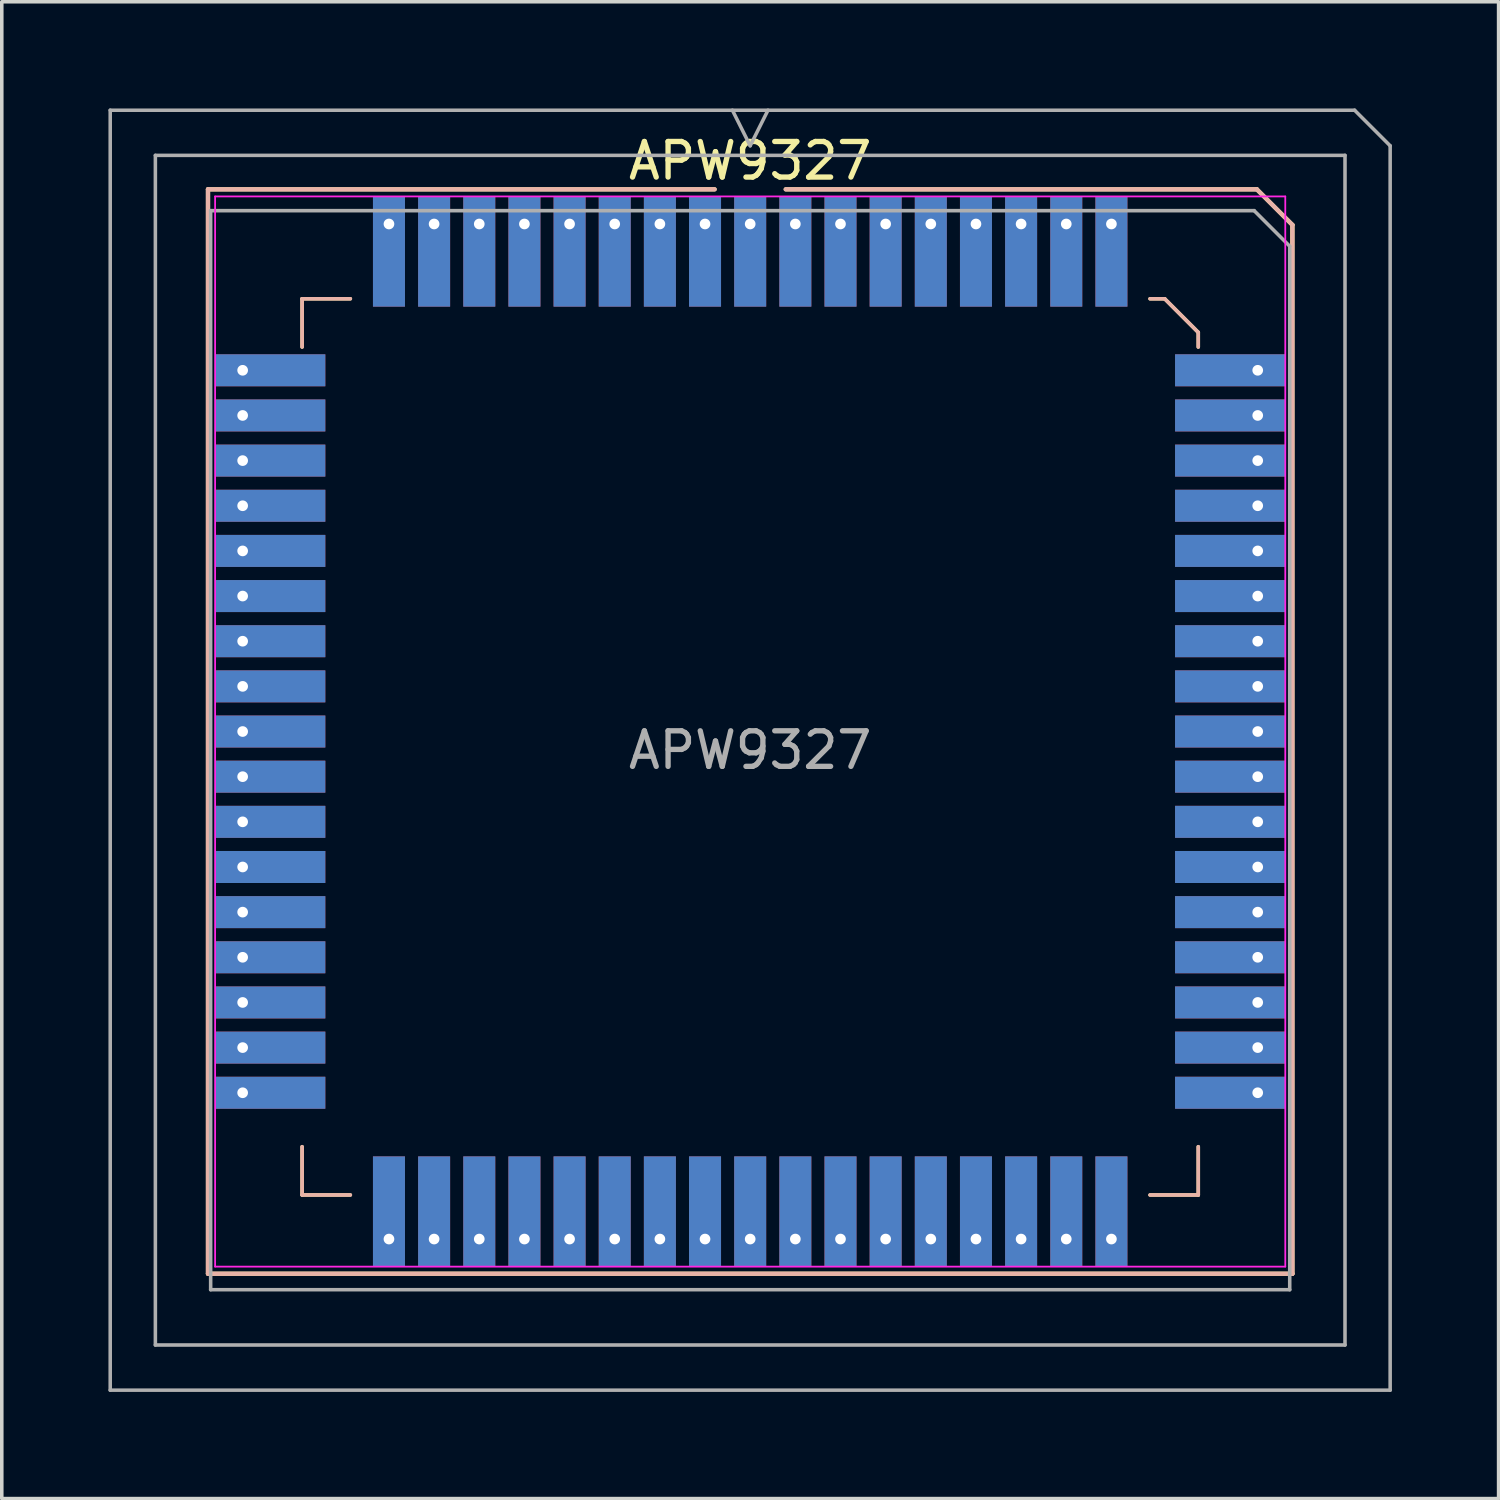
<source format=kicad_pcb>
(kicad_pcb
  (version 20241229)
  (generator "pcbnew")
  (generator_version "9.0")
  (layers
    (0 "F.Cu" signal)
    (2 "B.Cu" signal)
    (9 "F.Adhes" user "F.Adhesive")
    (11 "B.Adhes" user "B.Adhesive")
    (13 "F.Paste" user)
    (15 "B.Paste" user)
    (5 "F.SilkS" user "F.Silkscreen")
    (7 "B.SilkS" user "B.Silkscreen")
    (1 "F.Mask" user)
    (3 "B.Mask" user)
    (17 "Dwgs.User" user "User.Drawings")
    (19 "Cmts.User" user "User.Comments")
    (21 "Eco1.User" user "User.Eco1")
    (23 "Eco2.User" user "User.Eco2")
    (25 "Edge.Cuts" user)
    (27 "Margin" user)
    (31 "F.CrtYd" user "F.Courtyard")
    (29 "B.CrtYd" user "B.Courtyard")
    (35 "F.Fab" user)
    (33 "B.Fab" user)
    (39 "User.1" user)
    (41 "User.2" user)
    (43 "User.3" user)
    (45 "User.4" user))
  (footprint "APW9327"
    (layer "F.Cu")
    (at 18.05 17.525)
    (property "Reference" "APW9327" (at 0 -16.05 180) (layer "F.SilkS") (effects (font (size 1 1) (thickness 0.15))))
    (attr smd)
    (fp_line (start -15.25 -15.25) (end -1 -15.25) (stroke (width 0.12) (type solid)) (layer "F.SilkS"))
    (fp_line (start -15.25 15.25) (end -15.25 -15.25) (stroke (width 0.12) (type solid)) (layer "F.SilkS"))
    (fp_line (start -12.603 -12.172) (end -12.603 -10.815) (stroke (width 0.1) (type solid)) (layer "F.SilkS"))
    (fp_line (start -12.603 13.035) (end -12.603 11.678) (stroke (width 0.1) (type solid)) (layer "F.SilkS"))
    (fp_line (start -11.246 -12.172) (end -12.603 -12.172) (stroke (width 0.1) (type solid)) (layer "F.SilkS"))
    (fp_line (start -11.246 13.035) (end -12.603 13.035) (stroke (width 0.1) (type solid)) (layer "F.SilkS"))
    (fp_line (start 1 -15.25) (end 14.25 -15.25) (stroke (width 0.12) (type solid)) (layer "F.SilkS"))
    (fp_line (start 11.246 -12.172) (end 11.658 -12.172) (stroke (width 0.1) (type solid)) (layer "F.SilkS"))
    (fp_line (start 11.246 13.035) (end 12.603 13.035) (stroke (width 0.1) (type solid)) (layer "F.SilkS"))
    (fp_line (start 11.658 -12.172) (end 12.603 -11.226) (stroke (width 0.1) (type solid)) (layer "F.SilkS"))
    (fp_line (start 12.603 -11.226) (end 12.603 -10.815) (stroke (width 0.1) (type solid)) (layer "F.SilkS"))
    (fp_line (start 12.603 13.035) (end 12.603 11.678) (stroke (width 0.1) (type solid)) (layer "F.SilkS"))
    (fp_line (start 14.25 -15.25) (end 15.25 -14.25) (stroke (width 0.12) (type solid)) (layer "F.SilkS"))
    (fp_line (start 15.25 -14.25) (end 15.25 15.25) (stroke (width 0.12) (type solid)) (layer "F.SilkS"))
    (fp_line (start 15.25 15.25) (end -15.25 15.25) (stroke (width 0.12) (type solid)) (layer "F.SilkS"))
    (fp_line (start -15.25 -15.25) (end -1 -15.25) (stroke (width 0.12) (type solid)) (layer "B.SilkS"))
    (fp_line (start -15.25 15.25) (end -15.25 -15.25) (stroke (width 0.12) (type solid)) (layer "B.SilkS"))
    (fp_line (start -12.603 -12.172) (end -12.603 -10.815) (stroke (width 0.1) (type solid)) (layer "B.SilkS"))
    (fp_line (start -12.603 13.035) (end -12.603 11.678) (stroke (width 0.1) (type solid)) (layer "B.SilkS"))
    (fp_line (start -11.246 -12.172) (end -12.603 -12.172) (stroke (width 0.1) (type solid)) (layer "B.SilkS"))
    (fp_line (start -11.246 13.035) (end -12.603 13.035) (stroke (width 0.1) (type solid)) (layer "B.SilkS"))
    (fp_line (start 1 -15.25) (end 14.25 -15.25) (stroke (width 0.12) (type solid)) (layer "B.SilkS"))
    (fp_line (start 11.246 -12.172) (end 11.658 -12.172) (stroke (width 0.1) (type solid)) (layer "B.SilkS"))
    (fp_line (start 11.246 13.035) (end 12.603 13.035) (stroke (width 0.1) (type solid)) (layer "B.SilkS"))
    (fp_line (start 11.658 -12.172) (end 12.603 -11.226) (stroke (width 0.1) (type solid)) (layer "B.SilkS"))
    (fp_line (start 12.603 -11.226) (end 12.603 -10.815) (stroke (width 0.1) (type solid)) (layer "B.SilkS"))
    (fp_line (start 12.603 13.035) (end 12.603 11.678) (stroke (width 0.1) (type solid)) (layer "B.SilkS"))
    (fp_line (start 14.25 -15.25) (end 15.25 -14.25) (stroke (width 0.12) (type solid)) (layer "B.SilkS"))
    (fp_line (start 15.25 -14.25) (end 15.25 15.25) (stroke (width 0.12) (type solid)) (layer "B.SilkS"))
    (fp_line (start 15.25 15.25) (end -15.25 15.25) (stroke (width 0.12) (type solid)) (layer "B.SilkS"))
    (fp_line (start -15.05 -15.05) (end 15.05 -15.05) (stroke (width 0.05) (type solid)) (layer "F.CrtYd"))
    (fp_line (start -15.05 15.05) (end -15.05 -15.05) (stroke (width 0.05) (type solid)) (layer "F.CrtYd"))
    (fp_line (start 15.05 -15.05) (end 15.05 15.05) (stroke (width 0.05) (type solid)) (layer "F.CrtYd"))
    (fp_line (start 15.05 15.05) (end -15.05 15.05) (stroke (width 0.05) (type solid)) (layer "F.CrtYd"))
    (fp_line (start -18 -17.475) (end 17 -17.475) (stroke (width 0.1) (type solid)) (layer "F.Fab"))
    (fp_line (start -18 18.525) (end -18 -17.475) (stroke (width 0.1) (type solid)) (layer "F.Fab"))
    (fp_line (start -16.73 -16.205) (end 16.73 -16.205) (stroke (width 0.1) (type solid)) (layer "F.Fab"))
    (fp_line (start -16.73 17.255) (end -16.73 -16.205) (stroke (width 0.1) (type solid)) (layer "F.Fab"))
    (fp_line (start -15.175 -14.65) (end 14.175 -14.65) (stroke (width 0.1) (type solid)) (layer "F.Fab"))
    (fp_line (start -15.175 15.7) (end -15.175 -14.65) (stroke (width 0.1) (type solid)) (layer "F.Fab"))
    (fp_line (start 0 -16.475) (end -0.5 -17.475) (stroke (width 0.1) (type solid)) (layer "F.Fab"))
    (fp_line (start 0.5 -17.475) (end 0 -16.475) (stroke (width 0.1) (type solid)) (layer "F.Fab"))
    (fp_line (start 14.175 -14.65) (end 15.175 -13.65) (stroke (width 0.1) (type solid)) (layer "F.Fab"))
    (fp_line (start 15.175 -13.65) (end 15.175 15.7) (stroke (width 0.1) (type solid)) (layer "F.Fab"))
    (fp_line (start 15.175 15.7) (end -15.175 15.7) (stroke (width 0.1) (type solid)) (layer "F.Fab"))
    (fp_line (start 16.73 -16.205) (end 16.73 17.255) (stroke (width 0.1) (type solid)) (layer "F.Fab"))
    (fp_line (start 16.73 17.255) (end -16.73 17.255) (stroke (width 0.1) (type solid)) (layer "F.Fab"))
    (fp_line (start 17 -17.475) (end 18 -16.475) (stroke (width 0.1) (type solid)) (layer "F.Fab"))
    (fp_line (start 18 -16.475) (end 18 18.525) (stroke (width 0.1) (type solid)) (layer "F.Fab"))
    (fp_line (start 18 18.525) (end -18 18.525) (stroke (width 0.1) (type solid)) (layer "F.Fab"))
    (fp_text user "${REFERENCE}" (at 0 0.525 180) (layer "F.Fab") (effects (font (size 1 1) (thickness 0.15))))
    (pad "1" thru_hole rect (at 0 -14.275) (size 0.9 3.1) (drill 0.3 (offset 0 0.775)) (layers "*.Cu" "*.Mask"))
    (pad "2" thru_hole rect (at 1.27 -14.275) (size 0.9 3.1) (drill 0.3 (offset 0 0.775)) (layers "*.Cu" "*.Mask"))
    (pad "3" thru_hole rect (at 2.54 -14.275) (size 0.9 3.1) (drill 0.3 (offset 0 0.775)) (layers "*.Cu" "*.Mask"))
    (pad "4" thru_hole rect (at 3.81 -14.275) (size 0.9 3.1) (drill 0.3 (offset 0 0.775)) (layers "*.Cu" "*.Mask"))
    (pad "5" thru_hole rect (at 5.08 -14.275) (size 0.9 3.1) (drill 0.3 (offset 0 0.775)) (layers "*.Cu" "*.Mask"))
    (pad "6" thru_hole rect (at 6.35 -14.275) (size 0.9 3.1) (drill 0.3 (offset 0 0.775)) (layers "*.Cu" "*.Mask"))
    (pad "7" thru_hole rect (at 7.62 -14.275) (size 0.9 3.1) (drill 0.3 (offset 0 0.775)) (layers "*.Cu" "*.Mask"))
    (pad "8" thru_hole rect (at 8.89 -14.275) (size 0.9 3.1) (drill 0.3 (offset 0 0.775)) (layers "*.Cu" "*.Mask"))
    (pad "9" thru_hole rect (at 10.16 -14.275) (size 0.9 3.1) (drill 0.3 (offset 0 0.775)) (layers "*.Cu" "*.Mask"))
    (pad "10" thru_hole rect (at 14.275 -10.16) (size 3.1 0.9) (drill 0.3 (offset -0.775 0)) (layers "*.Cu" "*.Mask"))
    (pad "11" thru_hole rect (at 14.275 -8.89) (size 3.1 0.9) (drill 0.3 (offset -0.775 0)) (layers "*.Cu" "*.Mask"))
    (pad "12" thru_hole rect (at 14.275 -7.62) (size 3.1 0.9) (drill 0.3 (offset -0.775 0)) (layers "*.Cu" "*.Mask"))
    (pad "13" thru_hole rect (at 14.275 -6.35) (size 3.1 0.9) (drill 0.3 (offset -0.775 0)) (layers "*.Cu" "*.Mask"))
    (pad "14" thru_hole rect (at 14.275 -5.08) (size 3.1 0.9) (drill 0.3 (offset -0.775 0)) (layers "*.Cu" "*.Mask"))
    (pad "15" thru_hole rect (at 14.275 -3.81) (size 3.1 0.9) (drill 0.3 (offset -0.775 0)) (layers "*.Cu" "*.Mask"))
    (pad "16" thru_hole rect (at 14.275 -2.54) (size 3.1 0.9) (drill 0.3 (offset -0.775 0)) (layers "*.Cu" "*.Mask"))
    (pad "17" thru_hole rect (at 14.275 -1.27) (size 3.1 0.9) (drill 0.3 (offset -0.775 0)) (layers "*.Cu" "*.Mask"))
    (pad "18" thru_hole rect (at 14.275 0) (size 3.1 0.9) (drill 0.3 (offset -0.775 0)) (layers "*.Cu" "*.Mask"))
    (pad "19" thru_hole rect (at 14.275 1.27) (size 3.1 0.9) (drill 0.3 (offset -0.775 0)) (layers "*.Cu" "*.Mask"))
    (pad "20" thru_hole rect (at 14.275 2.54) (size 3.1 0.9) (drill 0.3 (offset -0.775 0)) (layers "*.Cu" "*.Mask"))
    (pad "21" thru_hole rect (at 14.275 3.81) (size 3.1 0.9) (drill 0.3 (offset -0.775 0)) (layers "*.Cu" "*.Mask"))
    (pad "22" thru_hole rect (at 14.275 5.08) (size 3.1 0.9) (drill 0.3 (offset -0.775 0)) (layers "*.Cu" "*.Mask"))
    (pad "23" thru_hole rect (at 14.275 6.35) (size 3.1 0.9) (drill 0.3 (offset -0.775 0)) (layers "*.Cu" "*.Mask"))
    (pad "24" thru_hole rect (at 14.275 7.62) (size 3.1 0.9) (drill 0.3 (offset -0.775 0)) (layers "*.Cu" "*.Mask"))
    (pad "25" thru_hole rect (at 14.275 8.89) (size 3.1 0.9) (drill 0.3 (offset -0.775 0)) (layers "*.Cu" "*.Mask"))
    (pad "26" thru_hole rect (at 14.275 10.16) (size 3.1 0.9) (drill 0.3 (offset -0.775 0)) (layers "*.Cu" "*.Mask"))
    (pad "27" thru_hole rect (at 10.16 14.275) (size 0.9 3.1) (drill 0.3 (offset 0 -0.775)) (layers "*.Cu" "*.Mask"))
    (pad "28" thru_hole rect (at 8.89 14.275) (size 0.9 3.1) (drill 0.3 (offset 0 -0.775)) (layers "*.Cu" "*.Mask"))
    (pad "29" thru_hole rect (at 7.62 14.275) (size 0.9 3.1) (drill 0.3 (offset 0 -0.775)) (layers "*.Cu" "*.Mask"))
    (pad "30" thru_hole rect (at 6.35 14.275) (size 0.9 3.1) (drill 0.3 (offset 0 -0.775)) (layers "*.Cu" "*.Mask"))
    (pad "31" thru_hole rect (at 5.08 14.275) (size 0.9 3.1) (drill 0.3 (offset 0 -0.775)) (layers "*.Cu" "*.Mask"))
    (pad "32" thru_hole rect (at 3.81 14.275) (size 0.9 3.1) (drill 0.3 (offset 0 -0.775)) (layers "*.Cu" "*.Mask"))
    (pad "33" thru_hole rect (at 2.54 14.275) (size 0.9 3.1) (drill 0.3 (offset 0 -0.775)) (layers "*.Cu" "*.Mask"))
    (pad "34" thru_hole rect (at 1.27 14.275) (size 0.9 3.1) (drill 0.3 (offset 0 -0.775)) (layers "*.Cu" "*.Mask"))
    (pad "35" thru_hole rect (at 0 14.275) (size 0.9 3.1) (drill 0.3 (offset 0 -0.775)) (layers "*.Cu" "*.Mask"))
    (pad "36" thru_hole rect (at -1.27 14.275) (size 0.9 3.1) (drill 0.3 (offset 0 -0.775)) (layers "*.Cu" "*.Mask"))
    (pad "37" thru_hole rect (at -2.54 14.275) (size 0.9 3.1) (drill 0.3 (offset 0 -0.775)) (layers "*.Cu" "*.Mask"))
    (pad "38" thru_hole rect (at -3.81 14.275) (size 0.9 3.1) (drill 0.3 (offset 0 -0.775)) (layers "*.Cu" "*.Mask"))
    (pad "39" thru_hole rect (at -5.08 14.275) (size 0.9 3.1) (drill 0.3 (offset 0 -0.775)) (layers "*.Cu" "*.Mask"))
    (pad "40" thru_hole rect (at -6.35 14.275) (size 0.9 3.1) (drill 0.3 (offset 0 -0.775)) (layers "*.Cu" "*.Mask"))
    (pad "41" thru_hole rect (at -7.62 14.275) (size 0.9 3.1) (drill 0.3 (offset 0 -0.775)) (layers "*.Cu" "*.Mask"))
    (pad "42" thru_hole rect (at -8.89 14.275) (size 0.9 3.1) (drill 0.3 (offset 0 -0.775)) (layers "*.Cu" "*.Mask"))
    (pad "43" thru_hole rect (at -10.16 14.275) (size 0.9 3.1) (drill 0.3 (offset 0 -0.775)) (layers "*.Cu" "*.Mask"))
    (pad "44" thru_hole rect (at -14.275 10.16) (size 3.1 0.9) (drill 0.3 (offset 0.775 0)) (layers "*.Cu" "*.Mask"))
    (pad "45" thru_hole rect (at -14.275 8.89) (size 3.1 0.9) (drill 0.3 (offset 0.775 0)) (layers "*.Cu" "*.Mask"))
    (pad "46" thru_hole rect (at -14.275 7.62) (size 3.1 0.9) (drill 0.3 (offset 0.775 0)) (layers "*.Cu" "*.Mask"))
    (pad "47" thru_hole rect (at -14.275 6.35) (size 3.1 0.9) (drill 0.3 (offset 0.775 0)) (layers "*.Cu" "*.Mask"))
    (pad "48" thru_hole rect (at -14.275 5.08) (size 3.1 0.9) (drill 0.3 (offset 0.775 0)) (layers "*.Cu" "*.Mask"))
    (pad "49" thru_hole rect (at -14.275 3.81) (size 3.1 0.9) (drill 0.3 (offset 0.775 0)) (layers "*.Cu" "*.Mask"))
    (pad "50" thru_hole rect (at -14.275 2.54) (size 3.1 0.9) (drill 0.3 (offset 0.775 0)) (layers "*.Cu" "*.Mask"))
    (pad "51" thru_hole rect (at -14.275 1.27) (size 3.1 0.9) (drill 0.3 (offset 0.775 0)) (layers "*.Cu" "*.Mask"))
    (pad "52" thru_hole rect (at -14.275 0) (size 3.1 0.9) (drill 0.3 (offset 0.775 0)) (layers "*.Cu" "*.Mask"))
    (pad "53" thru_hole rect (at -14.275 -1.27) (size 3.1 0.9) (drill 0.3 (offset 0.775 0)) (layers "*.Cu" "*.Mask"))
    (pad "54" thru_hole rect (at -14.275 -2.54) (size 3.1 0.9) (drill 0.3 (offset 0.775 0)) (layers "*.Cu" "*.Mask"))
    (pad "55" thru_hole rect (at -14.275 -3.81) (size 3.1 0.9) (drill 0.3 (offset 0.775 0)) (layers "*.Cu" "*.Mask"))
    (pad "56" thru_hole rect (at -14.275 -5.08) (size 3.1 0.9) (drill 0.3 (offset 0.775 0)) (layers "*.Cu" "*.Mask"))
    (pad "57" thru_hole rect (at -14.275 -6.35) (size 3.1 0.9) (drill 0.3 (offset 0.775 0)) (layers "*.Cu" "*.Mask"))
    (pad "58" thru_hole rect (at -14.275 -7.62) (size 3.1 0.9) (drill 0.3 (offset 0.775 0)) (layers "*.Cu" "*.Mask"))
    (pad "59" thru_hole rect (at -14.275 -8.89) (size 3.1 0.9) (drill 0.3 (offset 0.775 0)) (layers "*.Cu" "*.Mask"))
    (pad "60" thru_hole rect (at -14.275 -10.16) (size 3.1 0.9) (drill 0.3 (offset 0.775 0)) (layers "*.Cu" "*.Mask"))
    (pad "61" thru_hole rect (at -10.16 -14.275) (size 0.9 3.1) (drill 0.3 (offset 0 0.775)) (layers "*.Cu" "*.Mask"))
    (pad "62" thru_hole rect (at -8.89 -14.275) (size 0.9 3.1) (drill 0.3 (offset 0 0.775)) (layers "*.Cu" "*.Mask"))
    (pad "63" thru_hole rect (at -7.62 -14.275) (size 0.9 3.1) (drill 0.3 (offset 0 0.775)) (layers "*.Cu" "*.Mask"))
    (pad "64" thru_hole rect (at -6.35 -14.275) (size 0.9 3.1) (drill 0.3 (offset 0 0.775)) (layers "*.Cu" "*.Mask"))
    (pad "65" thru_hole rect (at -5.08 -14.275) (size 0.9 3.1) (drill 0.3 (offset 0 0.775)) (layers "*.Cu" "*.Mask"))
    (pad "66" thru_hole rect (at -3.81 -14.275) (size 0.9 3.1) (drill 0.3 (offset 0 0.775)) (layers "*.Cu" "*.Mask"))
    (pad "67" thru_hole rect (at -2.54 -14.275) (size 0.9 3.1) (drill 0.3 (offset 0 0.775)) (layers "*.Cu" "*.Mask"))
    (pad "68" thru_hole rect (at -1.27 -14.275) (size 0.9 3.1) (drill 0.3 (offset 0 0.775)) (layers "*.Cu" "*.Mask")))
  (gr_rect
    (start -3 -3)
    (end 39.1 39.1)
    (stroke (width 0.1) (type default))
    (fill no)
    (layer "Edge.Cuts")))
</source>
